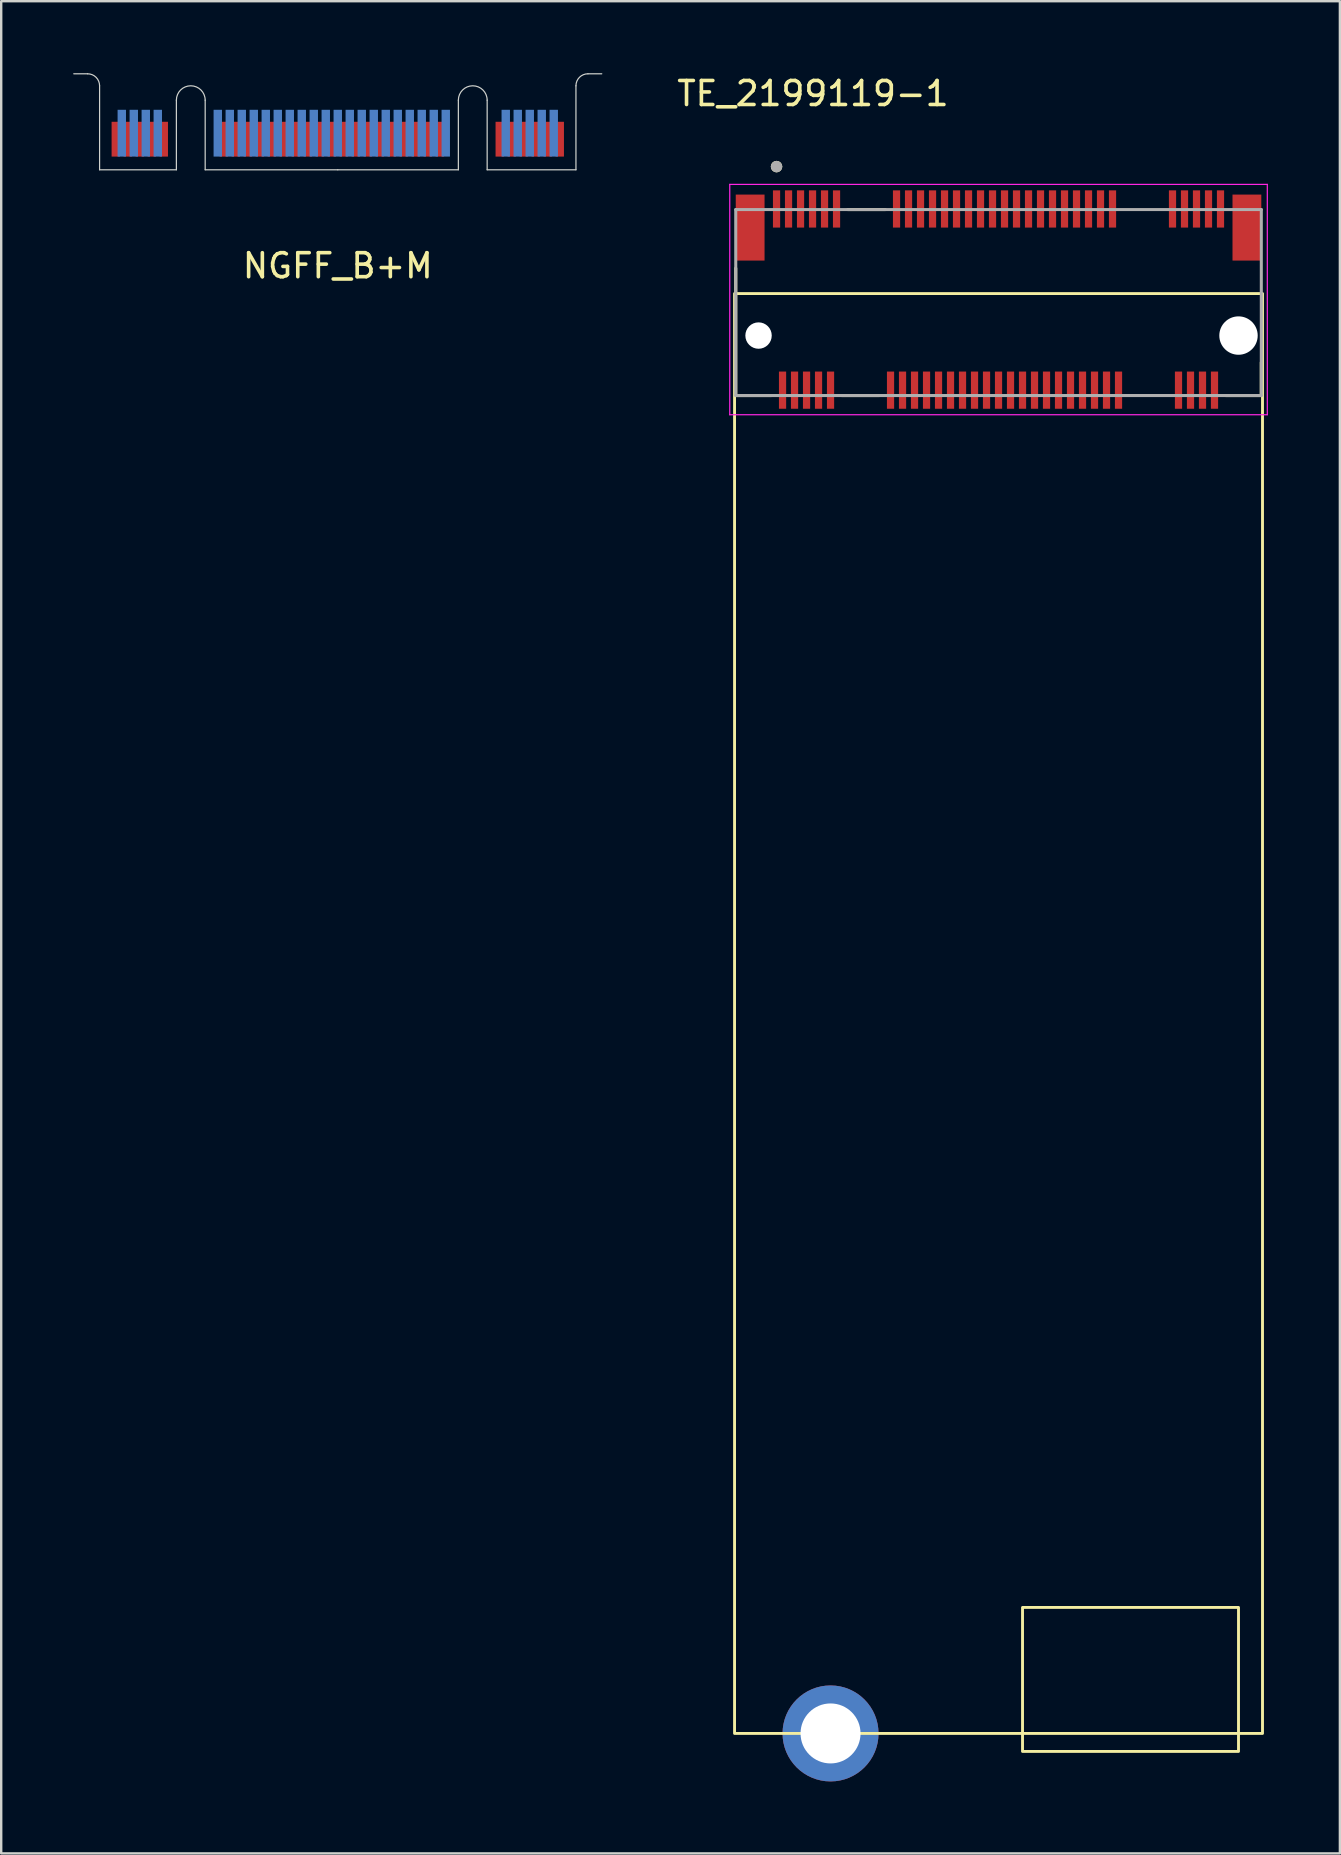
<source format=kicad_pcb>
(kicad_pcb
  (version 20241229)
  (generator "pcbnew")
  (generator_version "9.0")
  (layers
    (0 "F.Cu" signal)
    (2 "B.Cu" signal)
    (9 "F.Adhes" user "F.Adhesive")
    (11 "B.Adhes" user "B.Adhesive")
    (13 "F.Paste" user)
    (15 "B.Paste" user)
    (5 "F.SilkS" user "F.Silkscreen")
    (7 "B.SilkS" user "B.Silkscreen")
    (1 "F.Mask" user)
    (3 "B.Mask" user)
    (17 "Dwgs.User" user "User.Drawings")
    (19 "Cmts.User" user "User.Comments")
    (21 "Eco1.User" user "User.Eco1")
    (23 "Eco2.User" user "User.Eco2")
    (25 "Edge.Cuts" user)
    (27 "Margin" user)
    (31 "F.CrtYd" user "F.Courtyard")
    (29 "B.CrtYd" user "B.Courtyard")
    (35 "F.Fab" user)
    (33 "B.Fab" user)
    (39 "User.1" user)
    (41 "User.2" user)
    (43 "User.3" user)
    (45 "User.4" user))
  (footprint "NGFF_B+M"
    (layer "F.Cu")
    (at 11.025 4.025)
    (property "Reference" "NGFF_B+M" (at 0 4 0) (layer "F.SilkS") (effects (font (size 1 1) (thickness 0.15))))
    (attr through_hole)
    (fp_poly (pts (xy -9.925 0) (xy -6.725 0) (xy -6.725 -2) (xy -9.925 -2)) (stroke (width 0.1) (type solid)) (fill yes) (layer "F.Mask"))
    (fp_poly (pts (xy -5.525 0) (xy 5.025 0) (xy 5.025 -2) (xy -5.525 -2)) (stroke (width 0.1) (type solid)) (fill yes) (layer "F.Mask"))
    (fp_poly (pts (xy 6.225 0) (xy 9.925 0) (xy 9.925 -2) (xy 6.225 -2)) (stroke (width 0.1) (type solid)) (fill yes) (layer "F.Mask"))
    (fp_poly (pts (xy -9.925 0) (xy -6.725 0) (xy -6.725 -2.5) (xy -9.925 -2.5)) (stroke (width 0.1) (type solid)) (fill yes) (layer "B.Mask"))
    (fp_poly (pts (xy -5.525 0) (xy 5.025 0) (xy 5.025 -2.5) (xy -5.525 -2.5)) (stroke (width 0.1) (type solid)) (fill yes) (layer "B.Mask"))
    (fp_poly (pts (xy 6.225 0) (xy 9.925 0) (xy 9.925 -2.5) (xy 6.225 -2.5)) (stroke (width 0.1) (type solid)) (fill yes) (layer "B.Mask"))
    (fp_line (start -11 -4) (end -10.425 -4) (stroke (width 0.05) (type solid)) (layer "Edge.Cuts"))
    (fp_line (start -9.925 -3.5) (end -9.925 0) (stroke (width 0.05) (type solid)) (layer "Edge.Cuts"))
    (fp_line (start -9.925 0) (end -6.725 0) (stroke (width 0.05) (type solid)) (layer "Edge.Cuts"))
    (fp_line (start -6.725 0) (end -6.725 -2.9) (stroke (width 0.05) (type solid)) (layer "Edge.Cuts"))
    (fp_line (start -5.525 -2.9) (end -5.525 0) (stroke (width 0.05) (type solid)) (layer "Edge.Cuts"))
    (fp_line (start -5.525 0) (end 0 0) (stroke (width 0.05) (type solid)) (layer "Edge.Cuts"))
    (fp_line (start 0 0) (end 5.025 0) (stroke (width 0.05) (type solid)) (layer "Edge.Cuts"))
    (fp_line (start 5.025 0) (end 5.025 -2.9) (stroke (width 0.05) (type solid)) (layer "Edge.Cuts"))
    (fp_line (start 6.225 -2.9) (end 6.225 0) (stroke (width 0.05) (type solid)) (layer "Edge.Cuts"))
    (fp_line (start 6.225 0) (end 9.925 0) (stroke (width 0.05) (type solid)) (layer "Edge.Cuts"))
    (fp_line (start 9.925 0) (end 9.925 -3.5) (stroke (width 0.05) (type solid)) (layer "Edge.Cuts"))
    (fp_line (start 10.425 -4) (end 11 -4) (stroke (width 0.05) (type solid)) (layer "Edge.Cuts"))
    (fp_arc (start -10.425 -4) (mid -10.071447 -3.853553) (end -9.925 -3.5) (stroke (width 0.05) (type solid)) (layer "Edge.Cuts"))
    (fp_arc (start -6.725 -2.9) (mid -6.125 -3.5) (end -5.525 -2.9) (stroke (width 0.05) (type solid)) (layer "Edge.Cuts"))
    (fp_arc (start 5.025 -2.9) (mid 5.625 -3.5) (end 6.225 -2.9) (stroke (width 0.05) (type solid)) (layer "Edge.Cuts"))
    (fp_arc (start 9.925 -3.5) (mid 10.071447 -3.853553) (end 10.425 -4) (stroke (width 0.05) (type solid)) (layer "Edge.Cuts"))
    (pad "1" smd rect (at 9.25 -1.275) (size 0.35 1.45) (layers "F.Cu"))
    (pad "2" smd rect (at 9 -1.525) (size 0.35 1.95) (layers "B.Cu"))
    (pad "3" smd rect (at 8.75 -1.275) (size 0.35 1.45) (layers "F.Cu"))
    (pad "4" smd rect (at 8.5 -1.525) (size 0.35 1.95) (layers "B.Cu"))
    (pad "5" smd rect (at 8.25 -1.275) (size 0.35 1.45) (layers "F.Cu"))
    (pad "6" smd rect (at 8 -1.525) (size 0.35 1.95) (layers "B.Cu"))
    (pad "7" smd rect (at 7.75 -1.275) (size 0.35 1.45) (layers "F.Cu"))
    (pad "8" smd rect (at 7.5 -1.525) (size 0.35 1.95) (layers "B.Cu"))
    (pad "9" smd rect (at 7.25 -1.275) (size 0.35 1.45) (layers "F.Cu"))
    (pad "10" smd rect (at 7 -1.525) (size 0.35 1.95) (layers "B.Cu"))
    (pad "11" smd rect (at 6.75 -1.275) (size 0.35 1.45) (layers "F.Cu"))
    (pad "20" smd rect (at 4.5 -1.525) (size 0.35 1.95) (layers "B.Cu"))
    (pad "21" smd rect (at 4.25 -1.275) (size 0.35 1.45) (layers "F.Cu"))
    (pad "22" smd rect (at 4 -1.525) (size 0.35 1.95) (layers "B.Cu"))
    (pad "23" smd rect (at 3.75 -1.275) (size 0.35 1.45) (layers "F.Cu"))
    (pad "24" smd rect (at 3.5 -1.525) (size 0.35 1.95) (layers "B.Cu"))
    (pad "25" smd rect (at 3.25 -1.275) (size 0.35 1.45) (layers "F.Cu"))
    (pad "26" smd rect (at 3 -1.525) (size 0.35 1.95) (layers "B.Cu"))
    (pad "27" smd rect (at 2.75 -1.275) (size 0.35 1.45) (layers "F.Cu"))
    (pad "28" smd rect (at 2.5 -1.525) (size 0.35 1.95) (layers "B.Cu"))
    (pad "29" smd rect (at 2.25 -1.275) (size 0.35 1.45) (layers "F.Cu"))
    (pad "30" smd rect (at 2 -1.525) (size 0.35 1.95) (layers "B.Cu"))
    (pad "31" smd rect (at 1.75 -1.275) (size 0.35 1.45) (layers "F.Cu"))
    (pad "32" smd rect (at 1.5 -1.525) (size 0.35 1.95) (layers "B.Cu"))
    (pad "33" smd rect (at 1.25 -1.275) (size 0.35 1.45) (layers "F.Cu"))
    (pad "34" smd rect (at 1 -1.525) (size 0.35 1.95) (layers "B.Cu"))
    (pad "35" smd rect (at 0.75 -1.275) (size 0.35 1.45) (layers "F.Cu"))
    (pad "36" smd rect (at 0.5 -1.525) (size 0.35 1.95) (layers "B.Cu"))
    (pad "37" smd rect (at 0.25 -1.275) (size 0.35 1.45) (layers "F.Cu"))
    (pad "38" smd rect (at 0 -1.525) (size 0.35 1.95) (layers "B.Cu"))
    (pad "39" smd rect (at -0.25 -1.275) (size 0.35 1.45) (layers "F.Cu"))
    (pad "40" smd rect (at -0.5 -1.525) (size 0.35 1.95) (layers "B.Cu"))
    (pad "41" smd rect (at -0.75 -1.275) (size 0.35 1.45) (layers "F.Cu"))
    (pad "42" smd rect (at -1 -1.525) (size 0.35 1.95) (layers "B.Cu"))
    (pad "43" smd rect (at -1.25 -1.275) (size 0.35 1.45) (layers "F.Cu"))
    (pad "44" smd rect (at -1.5 -1.525) (size 0.35 1.95) (layers "B.Cu"))
    (pad "45" smd rect (at -1.75 -1.275) (size 0.35 1.45) (layers "F.Cu"))
    (pad "46" smd rect (at -2 -1.525) (size 0.35 1.95) (layers "B.Cu"))
    (pad "47" smd rect (at -2.25 -1.275) (size 0.35 1.45) (layers "F.Cu"))
    (pad "48" smd rect (at -2.5 -1.525) (size 0.35 1.95) (layers "B.Cu"))
    (pad "49" smd rect (at -2.75 -1.275) (size 0.35 1.45) (layers "F.Cu"))
    (pad "50" smd rect (at -3 -1.525) (size 0.35 1.95) (layers "B.Cu"))
    (pad "51" smd rect (at -3.25 -1.275) (size 0.35 1.45) (layers "F.Cu"))
    (pad "52" smd rect (at -3.5 -1.525) (size 0.35 1.95) (layers "B.Cu"))
    (pad "53" smd rect (at -3.75 -1.275) (size 0.35 1.45) (layers "F.Cu"))
    (pad "54" smd rect (at -4 -1.525) (size 0.35 1.95) (layers "B.Cu"))
    (pad "55" smd rect (at -4.25 -1.275) (size 0.35 1.45) (layers "F.Cu"))
    (pad "56" smd rect (at -4.5 -1.525) (size 0.35 1.95) (layers "B.Cu"))
    (pad "57" smd rect (at -4.75 -1.275) (size 0.35 1.45) (layers "F.Cu"))
    (pad "58" smd rect (at -5 -1.525) (size 0.35 1.95) (layers "B.Cu"))
    (pad "67" smd rect (at -7.25 -1.275) (size 0.35 1.45) (layers "F.Cu"))
    (pad "68" smd rect (at -7.5 -1.525) (size 0.35 1.95) (layers "B.Cu"))
    (pad "69" smd rect (at -7.75 -1.275) (size 0.35 1.45) (layers "F.Cu"))
    (pad "70" smd rect (at -8 -1.525) (size 0.35 1.95) (layers "B.Cu"))
    (pad "71" smd rect (at -8.25 -1.275) (size 0.35 1.45) (layers "F.Cu"))
    (pad "72" smd rect (at -8.5 -1.525) (size 0.35 1.95) (layers "B.Cu"))
    (pad "73" smd rect (at -8.75 -1.275) (size 0.35 1.45) (layers "F.Cu"))
    (pad "74" smd rect (at -9 -1.525) (size 0.35 1.95) (layers "B.Cu"))
    (pad "75" smd rect (at -9.25 -1.275) (size 0.35 1.45) (layers "F.Cu")))
  (footprint "TE_2199119-1"
    (layer "F.Cu")
    (at 38.559 10.933)
    (property "Reference" "TE_2199119-1" (at -7.734 -10.084 0) (layer "F.SilkS") (effects (font (size 1.001 1.001) (thickness 0.15))))
    (attr smd)
    (fp_line (start -10.95 -2.805) (end -10.95 2.5) (stroke (width 0.127) (type solid)) (layer "F.SilkS"))
    (fp_line (start -10.95 2.5) (end -9.47 2.5) (stroke (width 0.127) (type solid)) (layer "F.SilkS"))
    (fp_line (start -6.53 2.5) (end -4.97 2.5) (stroke (width 0.127) (type solid)) (layer "F.SilkS"))
    (fp_line (start -4.72 -5.25) (end -6.28 -5.25) (stroke (width 0.127) (type solid)) (layer "F.SilkS"))
    (fp_line (start 9.47 2.5) (end 10.95 2.5) (stroke (width 0.127) (type solid)) (layer "F.SilkS"))
    (fp_line (start 10.95 2.5) (end 10.95 1.12) (stroke (width 0.127) (type solid)) (layer "F.SilkS"))
    (fp_rect (start -11 -1.75) (end 11 58.25) (stroke (width 0.12) (type default)) (fill no) (layer "F.SilkS"))
    (fp_rect (start 1 53) (end 10 59) (stroke (width 0.12) (type default)) (fill no) (layer "F.SilkS"))
    (fp_circle (center -9.25 -7.04) (end -9.13 -7.04) (stroke (width 0.24) (type solid)) (fill no) (layer "F.SilkS"))
    (fp_line (start -11.2 -6.3) (end 11.2 -6.3) (stroke (width 0.05) (type solid)) (layer "F.CrtYd"))
    (fp_line (start -11.2 3.3) (end -11.2 -6.3) (stroke (width 0.05) (type solid)) (layer "F.CrtYd"))
    (fp_line (start 11.2 -6.3) (end 11.2 3.3) (stroke (width 0.05) (type solid)) (layer "F.CrtYd"))
    (fp_line (start 11.2 3.3) (end -11.2 3.3) (stroke (width 0.05) (type solid)) (layer "F.CrtYd"))
    (fp_line (start -10.95 -5.25) (end 10.95 -5.25) (stroke (width 0.127) (type solid)) (layer "F.Fab"))
    (fp_line (start -10.95 2.5) (end -10.95 -5.25) (stroke (width 0.127) (type solid)) (layer "F.Fab"))
    (fp_line (start 10.95 -5.25) (end 10.95 2.5) (stroke (width 0.127) (type solid)) (layer "F.Fab"))
    (fp_line (start 10.95 2.5) (end -10.95 2.5) (stroke (width 0.127) (type solid)) (layer "F.Fab"))
    (fp_circle (center -9.25 -7.04) (end -9.13 -7.04) (stroke (width 0.24) (type solid)) (fill no) (layer "F.Fab"))
    (pad "" np_thru_hole circle (at -10 0) (size 1.1 1.1) (drill 1.1) (layers "*.Cu" "*.Mask"))
    (pad "" np_thru_hole circle (at 10 0) (size 1.6 1.6) (drill 1.6) (layers "*.Cu" "*.Mask"))
    (pad "1" smd rect (at -9.25 -5.275) (size 0.3 1.55) (layers "F.Cu" "F.Mask" "F.Paste"))
    (pad "2" smd rect (at -9 2.275) (size 0.3 1.55) (layers "F.Cu" "F.Mask" "F.Paste"))
    (pad "3" smd rect (at -8.75 -5.275) (size 0.3 1.55) (layers "F.Cu" "F.Mask" "F.Paste"))
    (pad "4" smd rect (at -8.5 2.275) (size 0.3 1.55) (layers "F.Cu" "F.Mask" "F.Paste"))
    (pad "5" smd rect (at -8.25 -5.275) (size 0.3 1.55) (layers "F.Cu" "F.Mask" "F.Paste"))
    (pad "6" smd rect (at -8 2.275) (size 0.3 1.55) (layers "F.Cu" "F.Mask" "F.Paste"))
    (pad "7" smd rect (at -7.75 -5.275) (size 0.3 1.55) (layers "F.Cu" "F.Mask" "F.Paste"))
    (pad "8" smd rect (at -7.5 2.275) (size 0.3 1.55) (layers "F.Cu" "F.Mask" "F.Paste"))
    (pad "9" smd rect (at -7.25 -5.275) (size 0.3 1.55) (layers "F.Cu" "F.Mask" "F.Paste"))
    (pad "10" smd rect (at -7 2.275) (size 0.3 1.55) (layers "F.Cu" "F.Mask" "F.Paste"))
    (pad "11" smd rect (at -6.75 -5.275) (size 0.3 1.55) (layers "F.Cu" "F.Mask" "F.Paste"))
    (pad "20" smd rect (at -4.5 2.275) (size 0.3 1.55) (layers "F.Cu" "F.Mask" "F.Paste"))
    (pad "21" smd rect (at -4.25 -5.275) (size 0.3 1.55) (layers "F.Cu" "F.Mask" "F.Paste"))
    (pad "22" smd rect (at -4 2.275) (size 0.3 1.55) (layers "F.Cu" "F.Mask" "F.Paste"))
    (pad "23" smd rect (at -3.75 -5.275) (size 0.3 1.55) (layers "F.Cu" "F.Mask" "F.Paste"))
    (pad "24" smd rect (at -3.5 2.275) (size 0.3 1.55) (layers "F.Cu" "F.Mask" "F.Paste"))
    (pad "25" smd rect (at -3.25 -5.275) (size 0.3 1.55) (layers "F.Cu" "F.Mask" "F.Paste"))
    (pad "26" smd rect (at -3 2.275) (size 0.3 1.55) (layers "F.Cu" "F.Mask" "F.Paste"))
    (pad "27" smd rect (at -2.75 -5.275) (size 0.3 1.55) (layers "F.Cu" "F.Mask" "F.Paste"))
    (pad "28" smd rect (at -2.5 2.275) (size 0.3 1.55) (layers "F.Cu" "F.Mask" "F.Paste"))
    (pad "29" smd rect (at -2.25 -5.275) (size 0.3 1.55) (layers "F.Cu" "F.Mask" "F.Paste"))
    (pad "30" smd rect (at -2 2.275) (size 0.3 1.55) (layers "F.Cu" "F.Mask" "F.Paste"))
    (pad "31" smd rect (at -1.75 -5.275) (size 0.3 1.55) (layers "F.Cu" "F.Mask" "F.Paste"))
    (pad "32" smd rect (at -1.5 2.275) (size 0.3 1.55) (layers "F.Cu" "F.Mask" "F.Paste"))
    (pad "33" smd rect (at -1.25 -5.275) (size 0.3 1.55) (layers "F.Cu" "F.Mask" "F.Paste"))
    (pad "34" smd rect (at -1 2.275) (size 0.3 1.55) (layers "F.Cu" "F.Mask" "F.Paste"))
    (pad "35" smd rect (at -0.75 -5.275) (size 0.3 1.55) (layers "F.Cu" "F.Mask" "F.Paste"))
    (pad "36" smd rect (at -0.5 2.275) (size 0.3 1.55) (layers "F.Cu" "F.Mask" "F.Paste"))
    (pad "37" smd rect (at -0.25 -5.275) (size 0.3 1.55) (layers "F.Cu" "F.Mask" "F.Paste"))
    (pad "38" smd rect (at 0 2.275) (size 0.3 1.55) (layers "F.Cu" "F.Mask" "F.Paste"))
    (pad "39" smd rect (at 0.25 -5.275) (size 0.3 1.55) (layers "F.Cu" "F.Mask" "F.Paste"))
    (pad "40" smd rect (at 0.5 2.275) (size 0.3 1.55) (layers "F.Cu" "F.Mask" "F.Paste"))
    (pad "41" smd rect (at 0.75 -5.275) (size 0.3 1.55) (layers "F.Cu" "F.Mask" "F.Paste"))
    (pad "42" smd rect (at 1 2.275) (size 0.3 1.55) (layers "F.Cu" "F.Mask" "F.Paste"))
    (pad "43" smd rect (at 1.25 -5.275) (size 0.3 1.55) (layers "F.Cu" "F.Mask" "F.Paste"))
    (pad "44" smd rect (at 1.5 2.275) (size 0.3 1.55) (layers "F.Cu" "F.Mask" "F.Paste"))
    (pad "45" smd rect (at 1.75 -5.275) (size 0.3 1.55) (layers "F.Cu" "F.Mask" "F.Paste"))
    (pad "46" smd rect (at 2 2.275) (size 0.3 1.55) (layers "F.Cu" "F.Mask" "F.Paste"))
    (pad "47" smd rect (at 2.25 -5.275) (size 0.3 1.55) (layers "F.Cu" "F.Mask" "F.Paste"))
    (pad "48" smd rect (at 2.5 2.275) (size 0.3 1.55) (layers "F.Cu" "F.Mask" "F.Paste"))
    (pad "49" smd rect (at 2.75 -5.275) (size 0.3 1.55) (layers "F.Cu" "F.Mask" "F.Paste"))
    (pad "50" smd rect (at 3 2.275) (size 0.3 1.55) (layers "F.Cu" "F.Mask" "F.Paste"))
    (pad "51" smd rect (at 3.25 -5.275) (size 0.3 1.55) (layers "F.Cu" "F.Mask" "F.Paste"))
    (pad "52" smd rect (at 3.5 2.275) (size 0.3 1.55) (layers "F.Cu" "F.Mask" "F.Paste"))
    (pad "53" smd rect (at 3.75 -5.275) (size 0.3 1.55) (layers "F.Cu" "F.Mask" "F.Paste"))
    (pad "54" smd rect (at 4 2.275) (size 0.3 1.55) (layers "F.Cu" "F.Mask" "F.Paste"))
    (pad "55" smd rect (at 4.25 -5.275) (size 0.3 1.55) (layers "F.Cu" "F.Mask" "F.Paste"))
    (pad "56" smd rect (at 4.5 2.275) (size 0.3 1.55) (layers "F.Cu" "F.Mask" "F.Paste"))
    (pad "57" smd rect (at 4.75 -5.275) (size 0.3 1.55) (layers "F.Cu" "F.Mask" "F.Paste"))
    (pad "58" smd rect (at 5 2.275) (size 0.3 1.55) (layers "F.Cu" "F.Mask" "F.Paste"))
    (pad "67" smd rect (at 7.25 -5.275) (size 0.3 1.55) (layers "F.Cu" "F.Mask" "F.Paste"))
    (pad "68" smd rect (at 7.5 2.275) (size 0.3 1.55) (layers "F.Cu" "F.Mask" "F.Paste"))
    (pad "69" smd rect (at 7.75 -5.275) (size 0.3 1.55) (layers "F.Cu" "F.Mask" "F.Paste"))
    (pad "70" smd rect (at 8 2.275) (size 0.3 1.55) (layers "F.Cu" "F.Mask" "F.Paste"))
    (pad "71" smd rect (at 8.25 -5.275) (size 0.3 1.55) (layers "F.Cu" "F.Mask" "F.Paste"))
    (pad "72" smd rect (at 8.5 2.275) (size 0.3 1.55) (layers "F.Cu" "F.Mask" "F.Paste"))
    (pad "73" smd rect (at 8.75 -5.275) (size 0.3 1.55) (layers "F.Cu" "F.Mask" "F.Paste"))
    (pad "74" smd rect (at 9 2.275) (size 0.3 1.55) (layers "F.Cu" "F.Mask" "F.Paste"))
    (pad "75" smd rect (at 9.25 -5.275) (size 0.3 1.55) (layers "F.Cu" "F.Mask" "F.Paste"))
    (pad "SH1" smd rect (at -10.35 -4.5) (size 1.2 2.75) (layers "F.Cu" "F.Mask" "F.Paste"))
    (pad "SH2" smd rect (at 10.35 -4.5) (size 1.2 2.75) (layers "F.Cu" "F.Mask" "F.Paste"))
    (pad "SH3" thru_hole circle (at -7 58.25) (size 4 4) (drill 2.5) (layers "*.Cu" "*.Mask")))
  (gr_rect
    (start -3 -3)
    (end 52.784 74.183)
    (stroke (width 0.1) (type default))
    (fill no)
    (layer "Edge.Cuts")))
</source>
